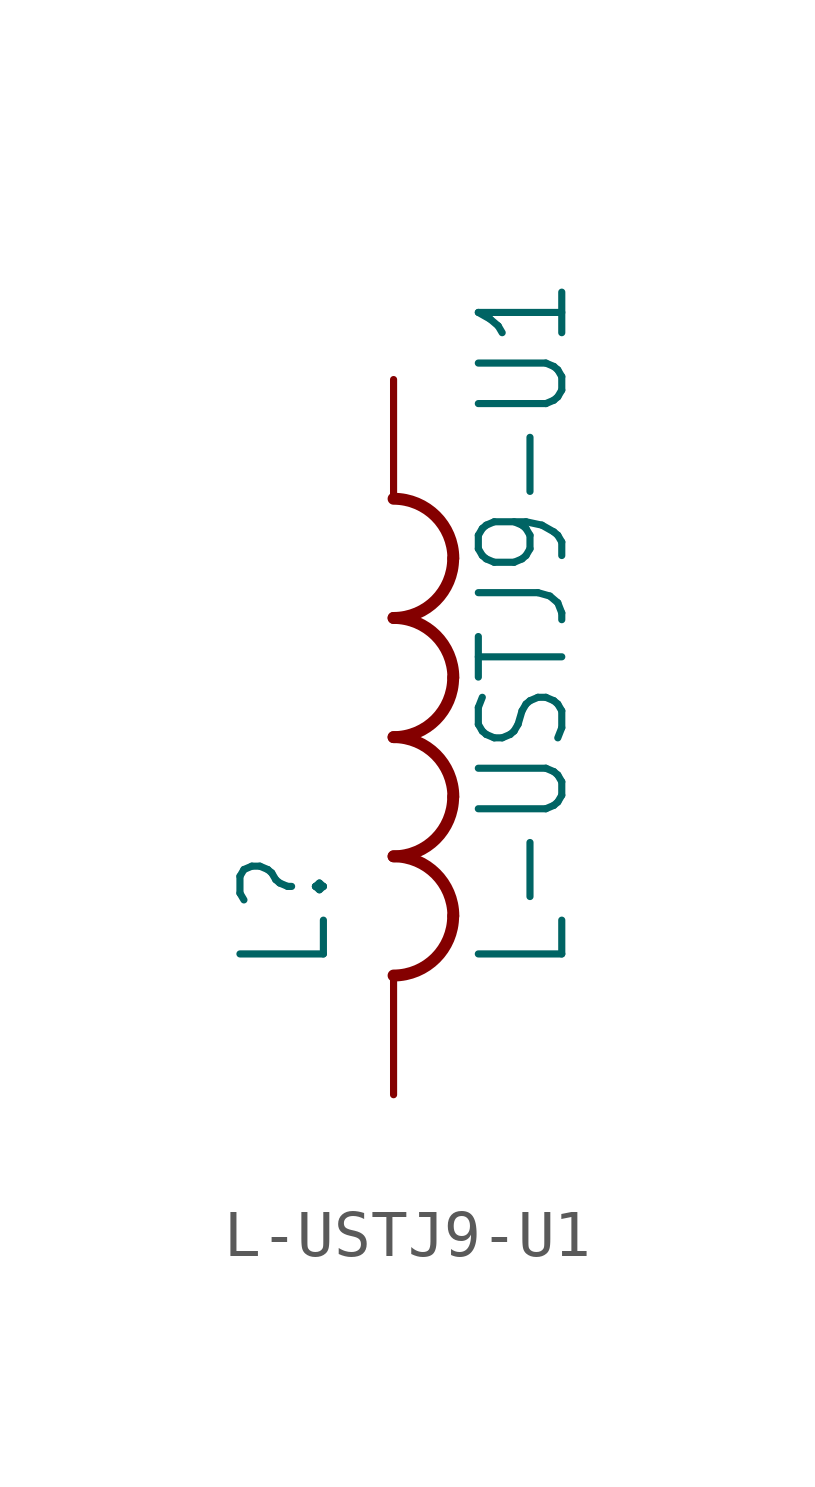
<source format=kicad_sym>
(kicad_symbol_lib
  (version 20211014)
  (generator kicad_symbol_editor)
  (symbol "L-USTJ9-U1"
    (property "Reference" "L"
      (at -1.27 -5.08 90)
      (effects (font (size 1.778 1.511)) (justify left bottom)))
    (property "Value" "L-USTJ9-U1"
      (at 3.81 -5.08 90)
      (effects (font (size 1.778 1.511)) (justify left bottom)))
    (property "ki_locked" ""
      (at 0 0 0)
      (effects (font (size 1.27 1.27))))
    (symbol "L-USTJ9-U1_1_0"
      (arc (start 0 -5.08) (mid 0.898 -4.708) (end 1.27 -3.81) (stroke (width 0.254) (type default) (color 0 0 0 0)) (fill (type none)))
      (arc (start 0 -2.54) (mid 0.898 -2.168) (end 1.27 -1.27) (stroke (width 0.254) (type default) (color 0 0 0 0)) (fill (type none)))
      (arc (start 0 0) (mid 0.898 0.372) (end 1.27 1.27) (stroke (width 0.254) (type default) (color 0 0 0 0)) (fill (type none)))
      (arc (start 0 2.54) (mid 0.898 2.912) (end 1.27 3.81) (stroke (width 0.254) (type default) (color 0 0 0 0)) (fill (type none)))
      (arc (start 1.27 -3.81) (mid 0.898 -2.912) (end 0 -2.54) (stroke (width 0.254) (type default) (color 0 0 0 0)) (fill (type none)))
      (arc (start 1.27 -1.27) (mid 0.898 -0.372) (end 0 0) (stroke (width 0.254) (type default) (color 0 0 0 0)) (fill (type none)))
      (arc (start 1.27 1.27) (mid 0.898 2.168) (end 0 2.54) (stroke (width 0.254) (type default) (color 0 0 0 0)) (fill (type none)))
      (arc (start 1.27 3.81) (mid 0.898 4.708) (end 0 5.08) (stroke (width 0.254) (type default) (color 0 0 0 0)) (fill (type none)))
      (pin passive line (at 0 7.62 270) (length 2.54) (name "1" (effects (font (size 0 0)))) (number "1" (effects (font (size 0 0)))))
      (pin passive line (at 0 -7.62 90) (length 2.54) (name "2" (effects (font (size 0 0)))) (number "2" (effects (font (size 0 0))))))))
</source>
